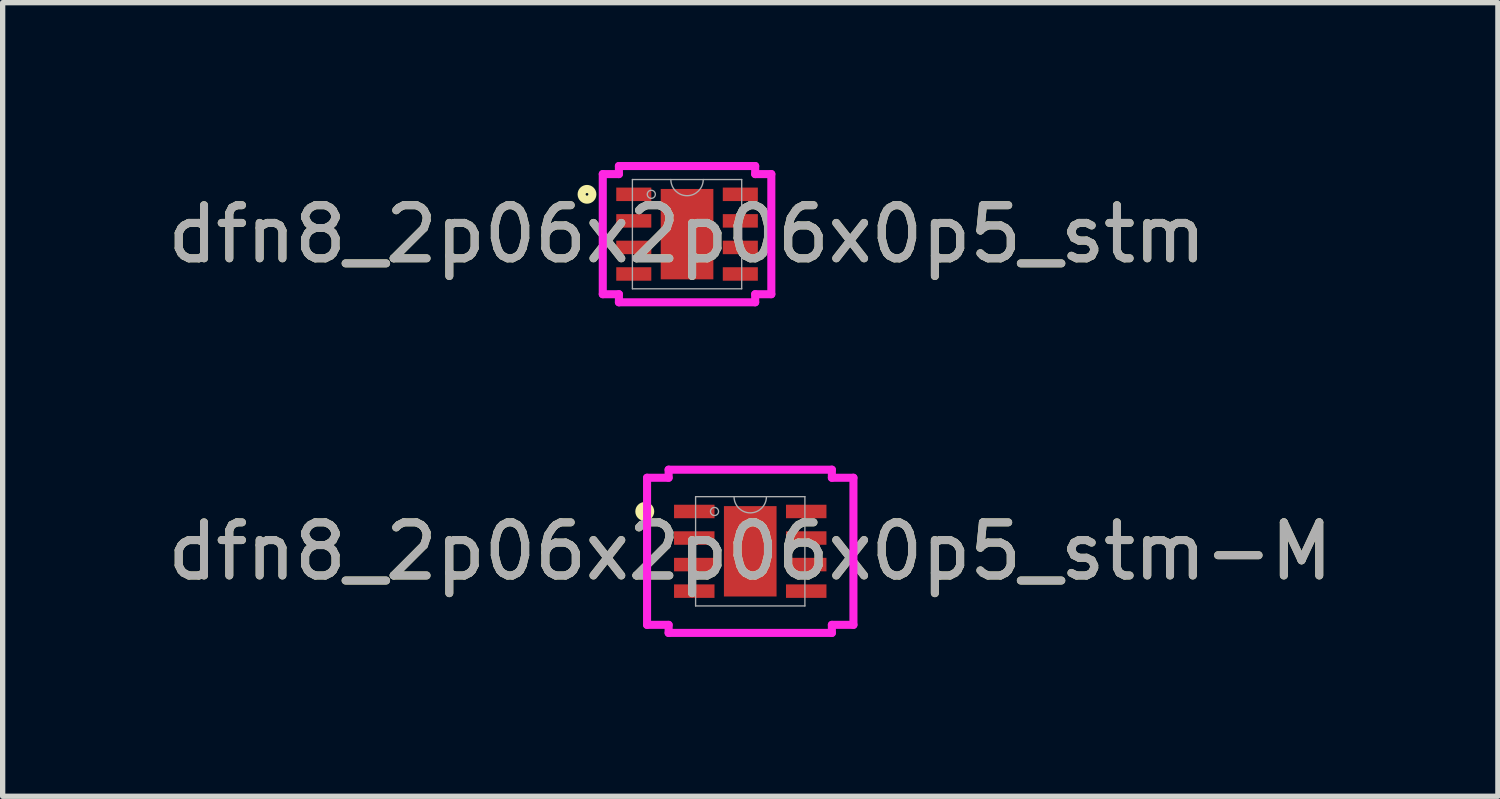
<source format=kicad_pcb>
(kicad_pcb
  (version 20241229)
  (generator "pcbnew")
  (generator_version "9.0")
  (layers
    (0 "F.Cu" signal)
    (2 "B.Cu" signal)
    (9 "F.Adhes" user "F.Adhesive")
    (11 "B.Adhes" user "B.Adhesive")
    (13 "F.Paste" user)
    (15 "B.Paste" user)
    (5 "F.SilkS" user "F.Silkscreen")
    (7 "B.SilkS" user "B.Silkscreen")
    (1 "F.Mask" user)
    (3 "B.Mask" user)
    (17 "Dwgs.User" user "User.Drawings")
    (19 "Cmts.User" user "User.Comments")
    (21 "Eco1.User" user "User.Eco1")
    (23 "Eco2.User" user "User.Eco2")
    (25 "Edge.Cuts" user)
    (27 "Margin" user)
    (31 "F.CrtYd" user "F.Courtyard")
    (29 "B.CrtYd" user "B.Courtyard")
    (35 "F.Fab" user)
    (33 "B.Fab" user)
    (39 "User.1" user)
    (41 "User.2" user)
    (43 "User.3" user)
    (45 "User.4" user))
  (footprint "dfn8_2p06x2p06x0p5_stm-M"
    (layer "F.Cu")
    (at 11.077 7.331)
    (property "Reference" "dfn8_2p06x2p06x0p5_stm-M" (at 0 0 0) (unlocked yes) (layer "F.SilkS") (effects (font (size 1 1) (thickness 0.15))))
    (attr smd)
    (fp_circle (center -1.986 -0.75) (end -1.884 -0.75) (stroke (width 0.152) (type solid)) (fill no) (layer "F.SilkS"))
    (fp_line (start -1.943 -1.385) (end -1.537 -1.385) (stroke (width 0.152) (type solid)) (layer "F.CrtYd"))
    (fp_line (start -1.943 1.385) (end -1.943 -1.385) (stroke (width 0.152) (type solid)) (layer "F.CrtYd"))
    (fp_line (start -1.943 1.385) (end -1.537 1.385) (stroke (width 0.152) (type solid)) (layer "F.CrtYd"))
    (fp_line (start -1.537 -1.537) (end 1.537 -1.537) (stroke (width 0.152) (type solid)) (layer "F.CrtYd"))
    (fp_line (start -1.537 -1.385) (end -1.537 -1.537) (stroke (width 0.152) (type solid)) (layer "F.CrtYd"))
    (fp_line (start -1.537 1.537) (end -1.537 1.385) (stroke (width 0.152) (type solid)) (layer "F.CrtYd"))
    (fp_line (start 1.537 -1.537) (end 1.537 -1.385) (stroke (width 0.152) (type solid)) (layer "F.CrtYd"))
    (fp_line (start 1.537 1.385) (end 1.537 1.537) (stroke (width 0.152) (type solid)) (layer "F.CrtYd"))
    (fp_line (start 1.537 1.537) (end -1.537 1.537) (stroke (width 0.152) (type solid)) (layer "F.CrtYd"))
    (fp_line (start 1.943 -1.385) (end 1.537 -1.385) (stroke (width 0.152) (type solid)) (layer "F.CrtYd"))
    (fp_line (start 1.943 -1.385) (end 1.943 1.385) (stroke (width 0.152) (type solid)) (layer "F.CrtYd"))
    (fp_line (start 1.943 1.385) (end 1.537 1.385) (stroke (width 0.152) (type solid)) (layer "F.CrtYd"))
    (fp_line (start -1.029 -1.029) (end -1.029 1.029) (stroke (width 0.025) (type solid)) (layer "F.Fab"))
    (fp_line (start -1.029 1.029) (end 1.029 1.029) (stroke (width 0.025) (type solid)) (layer "F.Fab"))
    (fp_line (start 1.029 -1.029) (end -1.029 -1.029) (stroke (width 0.025) (type solid)) (layer "F.Fab"))
    (fp_line (start 1.029 1.029) (end 1.029 -1.029) (stroke (width 0.025) (type solid)) (layer "F.Fab"))
    (fp_arc (start 0.3048 -1.0287) (mid 0 -0.7239) (end -0.3048 -1.0287) (stroke (width 0.0254) (type solid)) (layer "F.Fab"))
    (fp_circle (center -0.673 -0.75) (end -0.597 -0.75) (stroke (width 0.025) (type solid)) (fill no) (layer "F.Fab"))
    (fp_text user "${REFERENCE}" (at 0 0 0) (unlocked yes) (layer "F.Fab") (effects (font (size 1 1) (thickness 0.15))))
    (pad "1" smd rect (at -1.054 -0.75) (size 0.762 0.254) (layers "F.Cu" "F.Mask" "F.Paste"))
    (pad "2" smd rect (at -1.054 -0.25) (size 0.762 0.254) (layers "F.Cu" "F.Mask" "F.Paste"))
    (pad "3" smd rect (at -1.054 0.25) (size 0.762 0.254) (layers "F.Cu" "F.Mask" "F.Paste"))
    (pad "4" smd rect (at -1.054 0.75) (size 0.762 0.254) (layers "F.Cu" "F.Mask" "F.Paste"))
    (pad "5" smd rect (at 1.054 0.75) (size 0.762 0.254) (layers "F.Cu" "F.Mask" "F.Paste"))
    (pad "6" smd rect (at 1.054 0.25) (size 0.762 0.254) (layers "F.Cu" "F.Mask" "F.Paste"))
    (pad "7" smd rect (at 1.054 -0.25) (size 0.762 0.254) (layers "F.Cu" "F.Mask" "F.Paste"))
    (pad "8" smd rect (at 1.054 -0.75) (size 0.762 0.254) (layers "F.Cu" "F.Mask" "F.Paste"))
    (pad "9" smd rect (at 0 0) (size 0.991 1.702) (layers "F.Cu" "F.Mask" "F.Paste")))
  (footprint "dfn8_2p06x2p06x0p5_stm"
    (layer "F.Cu")
    (at 9.887 1.359)
    (property "Reference" "dfn8_2p06x2p06x0p5_stm" (at 0 0 0) (unlocked yes) (layer "F.SilkS") (effects (font (size 1 1) (thickness 0.15))))
    (attr smd)
    (fp_circle (center -1.884 -0.75) (end -1.783 -0.75) (stroke (width 0.152) (type solid)) (fill no) (layer "F.SilkS"))
    (fp_line (start -1.587 -1.131) (end -1.283 -1.131) (stroke (width 0.152) (type solid)) (layer "F.CrtYd"))
    (fp_line (start -1.587 1.131) (end -1.587 -1.131) (stroke (width 0.152) (type solid)) (layer "F.CrtYd"))
    (fp_line (start -1.587 1.131) (end -1.283 1.131) (stroke (width 0.152) (type solid)) (layer "F.CrtYd"))
    (fp_line (start -1.283 -1.283) (end 1.283 -1.283) (stroke (width 0.152) (type solid)) (layer "F.CrtYd"))
    (fp_line (start -1.283 -1.131) (end -1.283 -1.283) (stroke (width 0.152) (type solid)) (layer "F.CrtYd"))
    (fp_line (start -1.283 1.283) (end -1.283 1.131) (stroke (width 0.152) (type solid)) (layer "F.CrtYd"))
    (fp_line (start 1.283 -1.283) (end 1.283 -1.131) (stroke (width 0.152) (type solid)) (layer "F.CrtYd"))
    (fp_line (start 1.283 1.131) (end 1.283 1.283) (stroke (width 0.152) (type solid)) (layer "F.CrtYd"))
    (fp_line (start 1.283 1.283) (end -1.283 1.283) (stroke (width 0.152) (type solid)) (layer "F.CrtYd"))
    (fp_line (start 1.587 -1.131) (end 1.283 -1.131) (stroke (width 0.152) (type solid)) (layer "F.CrtYd"))
    (fp_line (start 1.587 -1.131) (end 1.587 1.131) (stroke (width 0.152) (type solid)) (layer "F.CrtYd"))
    (fp_line (start 1.587 1.131) (end 1.283 1.131) (stroke (width 0.152) (type solid)) (layer "F.CrtYd"))
    (fp_line (start -1.029 -1.029) (end -1.029 1.029) (stroke (width 0.025) (type solid)) (layer "F.Fab"))
    (fp_line (start -1.029 1.029) (end 1.029 1.029) (stroke (width 0.025) (type solid)) (layer "F.Fab"))
    (fp_line (start 1.029 -1.029) (end -1.029 -1.029) (stroke (width 0.025) (type solid)) (layer "F.Fab"))
    (fp_line (start 1.029 1.029) (end 1.029 -1.029) (stroke (width 0.025) (type solid)) (layer "F.Fab"))
    (fp_arc (start 0.3048 -1.0287) (mid 0 -0.7239) (end -0.3048 -1.0287) (stroke (width 0.0254) (type solid)) (layer "F.Fab"))
    (fp_circle (center -0.673 -0.75) (end -0.597 -0.75) (stroke (width 0.025) (type solid)) (fill no) (layer "F.Fab"))
    (fp_text user "${REFERENCE}" (at 0 0 0) (unlocked yes) (layer "F.Fab") (effects (font (size 1 1) (thickness 0.15))))
    (pad "1" smd rect (at -1.003 -0.75) (size 0.66 0.254) (layers "F.Cu" "F.Mask" "F.Paste"))
    (pad "2" smd rect (at -1.003 -0.25) (size 0.66 0.254) (layers "F.Cu" "F.Mask" "F.Paste"))
    (pad "3" smd rect (at -1.003 0.25) (size 0.66 0.254) (layers "F.Cu" "F.Mask" "F.Paste"))
    (pad "4" smd rect (at -1.003 0.75) (size 0.66 0.254) (layers "F.Cu" "F.Mask" "F.Paste"))
    (pad "5" smd rect (at 1.003 0.75) (size 0.66 0.254) (layers "F.Cu" "F.Mask" "F.Paste"))
    (pad "6" smd rect (at 1.003 0.25) (size 0.66 0.254) (layers "F.Cu" "F.Mask" "F.Paste"))
    (pad "7" smd rect (at 1.003 -0.25) (size 0.66 0.254) (layers "F.Cu" "F.Mask" "F.Paste"))
    (pad "8" smd rect (at 1.003 -0.75) (size 0.66 0.254) (layers "F.Cu" "F.Mask" "F.Paste"))
    (pad "9" smd rect (at 0 0) (size 0.991 1.702) (layers "F.Cu" "F.Mask" "F.Paste")))
  (gr_rect
    (start -3 -3)
    (end 25.155 11.944)
    (stroke (width 0.1) (type default))
    (fill no)
    (layer "Edge.Cuts")))
</source>
